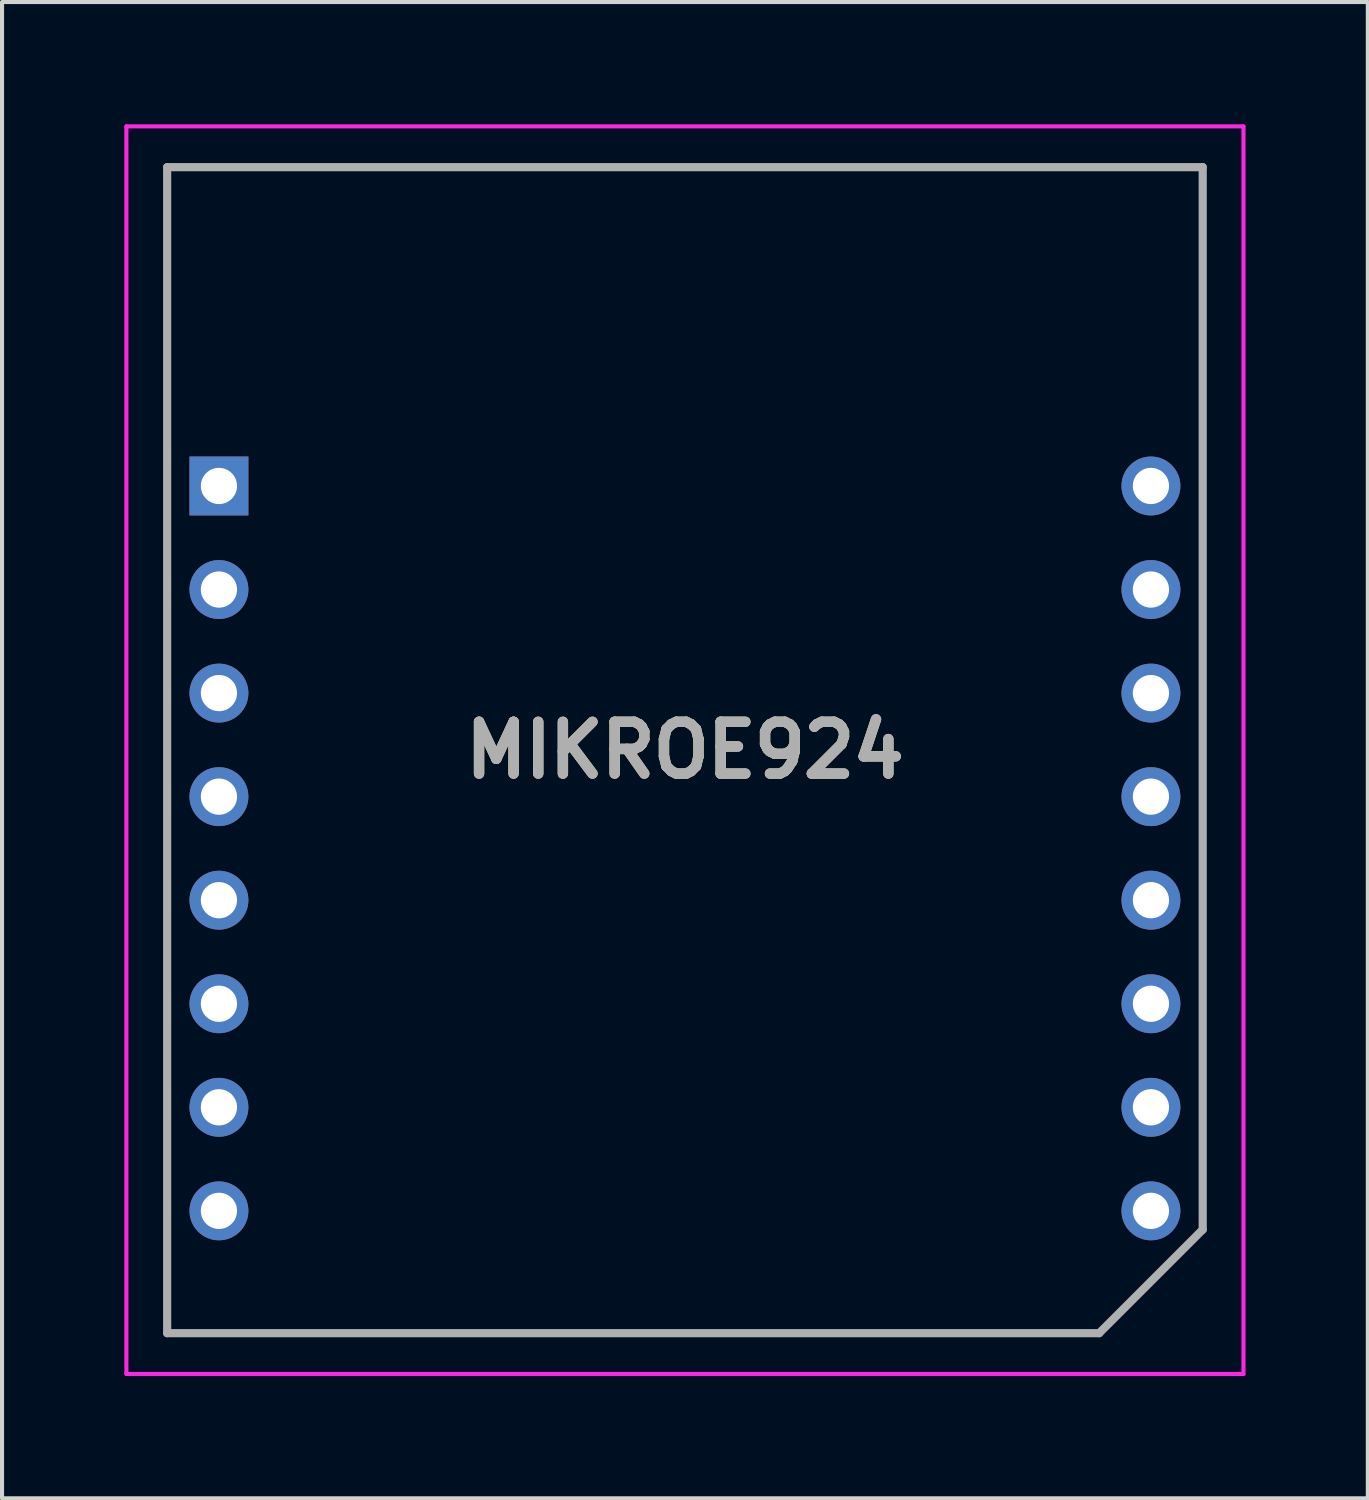
<source format=kicad_pcb>
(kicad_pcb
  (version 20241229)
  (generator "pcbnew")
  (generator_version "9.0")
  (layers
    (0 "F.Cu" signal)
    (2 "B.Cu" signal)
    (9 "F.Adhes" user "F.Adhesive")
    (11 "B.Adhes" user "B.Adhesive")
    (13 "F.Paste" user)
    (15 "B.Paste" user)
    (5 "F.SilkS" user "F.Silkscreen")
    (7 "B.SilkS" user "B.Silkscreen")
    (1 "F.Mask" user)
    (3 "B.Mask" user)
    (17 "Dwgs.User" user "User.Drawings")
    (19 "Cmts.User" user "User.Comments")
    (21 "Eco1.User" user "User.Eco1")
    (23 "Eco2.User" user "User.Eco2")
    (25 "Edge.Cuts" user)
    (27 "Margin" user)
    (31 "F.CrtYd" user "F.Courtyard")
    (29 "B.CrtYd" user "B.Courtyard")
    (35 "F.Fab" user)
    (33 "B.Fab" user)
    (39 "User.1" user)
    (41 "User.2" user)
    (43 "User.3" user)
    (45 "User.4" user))
  (footprint "MIKROE924"
    (layer "F.Cu")
    (at 2.32 8.87)
    (property "Reference" "MIKROE924" (at 11.43 6.48 0) (layer "F.SilkS") (effects (font (size 1.27 1.27) (thickness 0.254))))
    (attr through_hole)
    (fp_line (start -1.27 -7.82) (end -1.27 -7.16) (stroke (width 0.1) (type solid)) (layer "F.SilkS"))
    (fp_line (start -1.27 -7.16) (end -1.27 20.78) (stroke (width 0.1) (type solid)) (layer "F.SilkS"))
    (fp_line (start -1.27 20.78) (end 21.59 20.78) (stroke (width 0.1) (type solid)) (layer "F.SilkS"))
    (fp_line (start 21.59 20.78) (end 24.13 18.24) (stroke (width 0.1) (type solid)) (layer "F.SilkS"))
    (fp_line (start 24.13 -7.82) (end -1.27 -7.82) (stroke (width 0.1) (type solid)) (layer "F.SilkS"))
    (fp_line (start 24.13 18.24) (end 24.13 -7.82) (stroke (width 0.1) (type solid)) (layer "F.SilkS"))
    (fp_line (start -2.27 -8.82) (end 25.13 -8.82) (stroke (width 0.1) (type solid)) (layer "F.CrtYd"))
    (fp_line (start -2.27 21.78) (end -2.27 -8.82) (stroke (width 0.1) (type solid)) (layer "F.CrtYd"))
    (fp_line (start 25.13 -8.82) (end 25.13 21.78) (stroke (width 0.1) (type solid)) (layer "F.CrtYd"))
    (fp_line (start 25.13 21.78) (end -2.27 21.78) (stroke (width 0.1) (type solid)) (layer "F.CrtYd"))
    (fp_line (start -1.27 -7.82) (end 24.13 -7.82) (stroke (width 0.2) (type solid)) (layer "F.Fab"))
    (fp_line (start -1.27 20.78) (end -1.27 -7.82) (stroke (width 0.2) (type solid)) (layer "F.Fab"))
    (fp_line (start 21.59 20.78) (end -1.27 20.78) (stroke (width 0.2) (type solid)) (layer "F.Fab"))
    (fp_line (start 24.13 -7.82) (end 24.13 18.24) (stroke (width 0.2) (type solid)) (layer "F.Fab"))
    (fp_line (start 24.13 18.24) (end 21.59 20.78) (stroke (width 0.2) (type solid)) (layer "F.Fab"))
    (fp_text user "${REFERENCE}" (at 11.43 6.48 0) (layer "F.Fab") (effects (font (size 1.27 1.27) (thickness 0.254))))
    (pad "1" thru_hole rect (at 0 0) (size 1.445 1.445) (drill 0.889) (layers "*.Cu" "*.Mask"))
    (pad "2" thru_hole circle (at 0 2.54) (size 1.445 1.445) (drill 0.889) (layers "*.Cu" "*.Mask"))
    (pad "3" thru_hole circle (at 0 5.08) (size 1.445 1.445) (drill 0.889) (layers "*.Cu" "*.Mask"))
    (pad "4" thru_hole circle (at 0 7.62) (size 1.445 1.445) (drill 0.889) (layers "*.Cu" "*.Mask"))
    (pad "5" thru_hole circle (at 0 10.16) (size 1.445 1.445) (drill 0.889) (layers "*.Cu" "*.Mask"))
    (pad "6" thru_hole circle (at 0 12.7) (size 1.445 1.445) (drill 0.889) (layers "*.Cu" "*.Mask"))
    (pad "7" thru_hole circle (at 0 15.24) (size 1.445 1.445) (drill 0.889) (layers "*.Cu" "*.Mask"))
    (pad "8" thru_hole circle (at 0 17.78) (size 1.445 1.445) (drill 0.889) (layers "*.Cu" "*.Mask"))
    (pad "9" thru_hole circle (at 22.86 0) (size 1.445 1.445) (drill 0.889) (layers "*.Cu" "*.Mask"))
    (pad "10" thru_hole circle (at 22.86 2.54) (size 1.445 1.445) (drill 0.889) (layers "*.Cu" "*.Mask"))
    (pad "11" thru_hole circle (at 22.86 5.08) (size 1.445 1.445) (drill 0.889) (layers "*.Cu" "*.Mask"))
    (pad "12" thru_hole circle (at 22.86 7.62) (size 1.445 1.445) (drill 0.889) (layers "*.Cu" "*.Mask"))
    (pad "13" thru_hole circle (at 22.86 10.16) (size 1.445 1.445) (drill 0.889) (layers "*.Cu" "*.Mask"))
    (pad "14" thru_hole circle (at 22.86 12.7) (size 1.445 1.445) (drill 0.889) (layers "*.Cu" "*.Mask"))
    (pad "15" thru_hole circle (at 22.86 15.24) (size 1.445 1.445) (drill 0.889) (layers "*.Cu" "*.Mask"))
    (pad "16" thru_hole circle (at 22.86 17.78) (size 1.445 1.445) (drill 0.889) (layers "*.Cu" "*.Mask")))
  (gr_rect
    (start -3 -3)
    (end 30.5 33.7)
    (stroke (width 0.1) (type default))
    (fill no)
    (layer "Edge.Cuts")))
</source>
